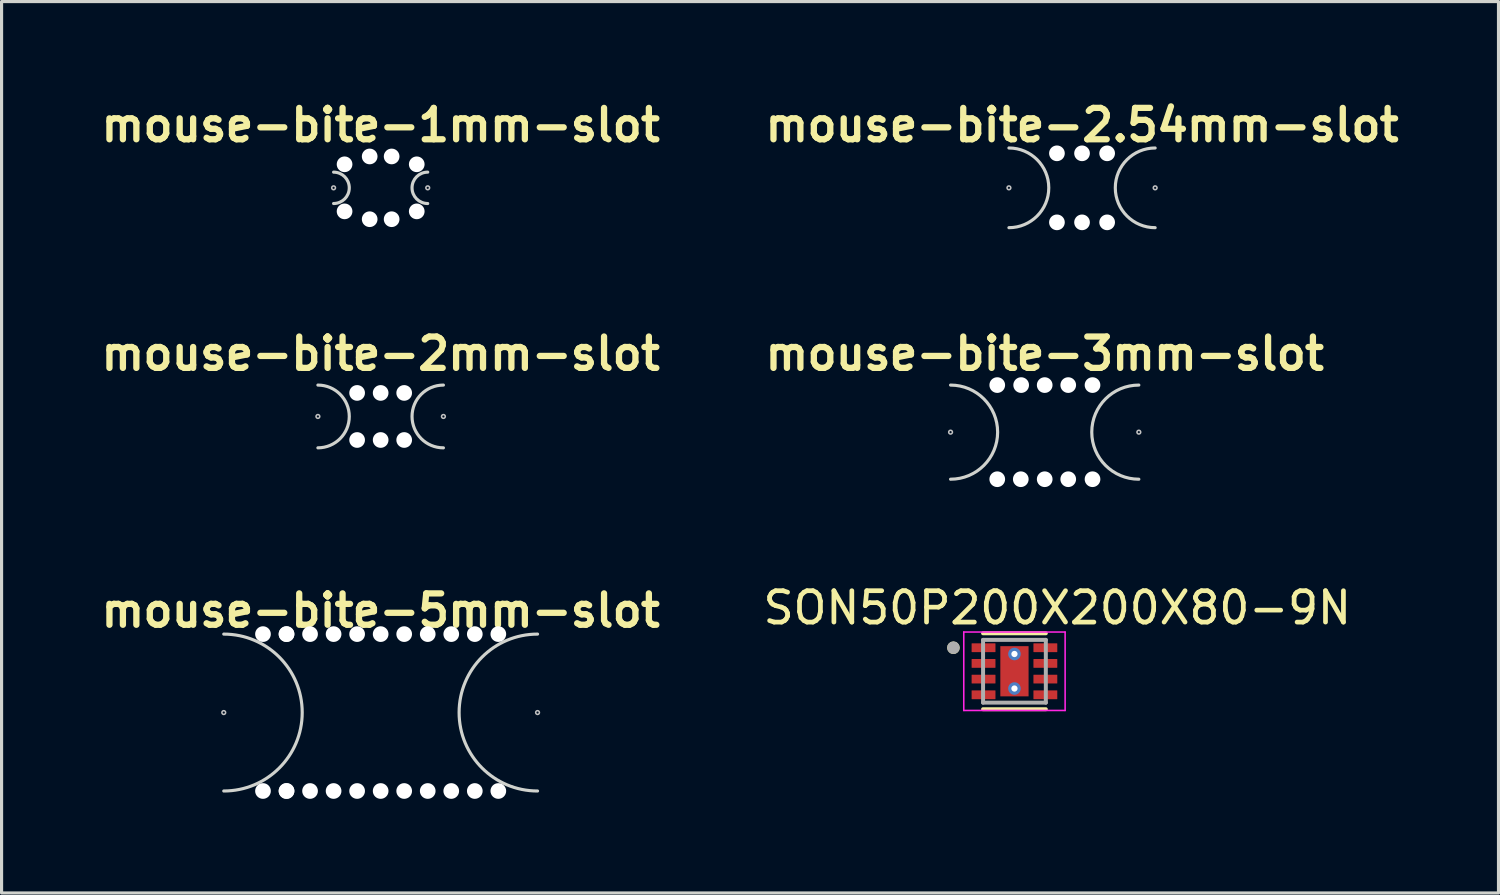
<source format=kicad_pcb>
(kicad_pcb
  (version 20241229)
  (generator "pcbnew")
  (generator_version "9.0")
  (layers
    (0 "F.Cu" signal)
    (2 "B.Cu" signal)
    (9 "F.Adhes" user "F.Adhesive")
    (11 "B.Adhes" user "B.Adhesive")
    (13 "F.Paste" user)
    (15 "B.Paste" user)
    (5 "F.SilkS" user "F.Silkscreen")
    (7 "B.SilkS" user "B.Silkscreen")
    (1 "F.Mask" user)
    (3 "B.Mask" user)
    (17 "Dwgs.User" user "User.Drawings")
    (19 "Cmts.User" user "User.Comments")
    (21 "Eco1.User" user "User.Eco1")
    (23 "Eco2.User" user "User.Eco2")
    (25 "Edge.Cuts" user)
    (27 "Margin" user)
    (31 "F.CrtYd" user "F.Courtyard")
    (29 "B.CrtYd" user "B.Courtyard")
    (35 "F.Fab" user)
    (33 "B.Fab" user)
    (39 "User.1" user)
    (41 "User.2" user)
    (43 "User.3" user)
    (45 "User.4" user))
  (footprint "mouse-bite-5mm-slot"
    (layer "F.Cu")
    (at 9.081 19.658)
    (property "Reference" "mouse-bite-5mm-slot" (at 0 -3.25 0) (layer "F.SilkS") (effects (font (size 1 1) (thickness 0.2))))
    (attr through_hole)
    (fp_circle (center -5 0) (end -4.94 0) (stroke (width 0.05) (type solid)) (fill no) (layer "Dwgs.User"))
    (fp_circle (center 5 0) (end 5.06 0) (stroke (width 0.05) (type solid)) (fill no) (layer "Dwgs.User"))
    (fp_line (start -5 0) (end -5 0) (stroke (width 5) (type solid)) (layer "Eco1.User"))
    (fp_line (start 5 0) (end 5 0) (stroke (width 5) (type solid)) (layer "Eco1.User"))
    (fp_arc (start -5 -2.5) (mid -2.5 0) (end -5 2.5) (stroke (width 0.1) (type solid)) (layer "Edge.Cuts"))
    (fp_arc (start 5 2.5) (mid 2.5 0) (end 5 -2.5) (stroke (width 0.1) (type solid)) (layer "Edge.Cuts"))
    (pad "" np_thru_hole circle (at -3.75 -2.5) (size 0.5 0.5) (drill 0.5) (layers "*.Cu" "*.Mask"))
    (pad "" np_thru_hole circle (at -3.75 2.5) (size 0.5 0.5) (drill 0.5) (layers "*.Cu" "*.Mask"))
    (pad "" np_thru_hole circle (at -3 -2.5) (size 0.5 0.5) (drill 0.5) (layers "*.Cu" "*.Mask"))
    (pad "" np_thru_hole circle (at -3 -2.5) (size 0.5 0.5) (drill 0.5) (layers "*.Cu" "*.Mask"))
    (pad "" np_thru_hole circle (at -3 2.5) (size 0.5 0.5) (drill 0.5) (layers "*.Cu" "*.Mask"))
    (pad "" np_thru_hole circle (at -3 2.5) (size 0.5 0.5) (drill 0.5) (layers "*.Cu" "*.Mask"))
    (pad "" np_thru_hole circle (at -2.25 -2.5) (size 0.5 0.5) (drill 0.5) (layers "*.Cu" "*.Mask"))
    (pad "" np_thru_hole circle (at -2.25 2.5) (size 0.5 0.5) (drill 0.5) (layers "*.Cu" "*.Mask"))
    (pad "" np_thru_hole circle (at -1.5 -2.5) (size 0.5 0.5) (drill 0.5) (layers "*.Cu" "*.Mask"))
    (pad "" np_thru_hole circle (at -1.5 2.5) (size 0.5 0.5) (drill 0.5) (layers "*.Cu" "*.Mask"))
    (pad "" np_thru_hole circle (at -0.75 -2.5) (size 0.5 0.5) (drill 0.5) (layers "*.Cu" "*.Mask"))
    (pad "" np_thru_hole circle (at -0.75 2.5) (size 0.5 0.5) (drill 0.5) (layers "*.Cu" "*.Mask"))
    (pad "" np_thru_hole circle (at 0 -2.5) (size 0.5 0.5) (drill 0.5) (layers "*.Cu" "*.Mask"))
    (pad "" np_thru_hole circle (at 0 2.5) (size 0.5 0.5) (drill 0.5) (layers "*.Cu" "*.Mask"))
    (pad "" np_thru_hole circle (at 0.75 -2.5) (size 0.5 0.5) (drill 0.5) (layers "*.Cu" "*.Mask"))
    (pad "" np_thru_hole circle (at 0.75 2.5) (size 0.5 0.5) (drill 0.5) (layers "*.Cu" "*.Mask"))
    (pad "" np_thru_hole circle (at 1.5 -2.5) (size 0.5 0.5) (drill 0.5) (layers "*.Cu" "*.Mask"))
    (pad "" np_thru_hole circle (at 1.5 2.5) (size 0.5 0.5) (drill 0.5) (layers "*.Cu" "*.Mask"))
    (pad "" np_thru_hole circle (at 2.25 -2.5) (size 0.5 0.5) (drill 0.5) (layers "*.Cu" "*.Mask"))
    (pad "" np_thru_hole circle (at 2.25 2.5) (size 0.5 0.5) (drill 0.5) (layers "*.Cu" "*.Mask"))
    (pad "" np_thru_hole circle (at 3 -2.5) (size 0.5 0.5) (drill 0.5) (layers "*.Cu" "*.Mask"))
    (pad "" np_thru_hole circle (at 3 2.5) (size 0.5 0.5) (drill 0.5) (layers "*.Cu" "*.Mask"))
    (pad "" np_thru_hole circle (at 3.75 -2.5) (size 0.5 0.5) (drill 0.5) (layers "*.Cu" "*.Mask"))
    (pad "" np_thru_hole circle (at 3.75 2.5) (size 0.5 0.5) (drill 0.5) (layers "*.Cu" "*.Mask")))
  (footprint "mouse-bite-1mm-slot"
    (layer "F.Cu")
    (at 9.081 2.936)
    (property "Reference" "mouse-bite-1mm-slot" (at 0 -2 0) (layer "F.SilkS") (effects (font (size 1 1) (thickness 0.2))))
    (attr through_hole)
    (fp_circle (center -1.5 0) (end -1.44 0) (stroke (width 0.05) (type solid)) (fill no) (layer "Dwgs.User"))
    (fp_circle (center 1.5 0) (end 1.56 0) (stroke (width 0.05) (type solid)) (fill no) (layer "Dwgs.User"))
    (fp_line (start -1.5 0) (end -1.5 0) (stroke (width 1) (type solid)) (layer "Eco1.User"))
    (fp_line (start 1.5 0) (end 1.5 0) (stroke (width 1) (type solid)) (layer "Eco1.User"))
    (fp_arc (start -1.5 -0.5) (mid -1 0) (end -1.5 0.5) (stroke (width 0.1) (type solid)) (layer "Edge.Cuts"))
    (fp_arc (start 1.5 0.5) (mid 1 0) (end 1.5 -0.5) (stroke (width 0.1) (type solid)) (layer "Edge.Cuts"))
    (pad "" np_thru_hole circle (at -1.15 -0.75) (size 0.5 0.5) (drill 0.5) (layers "*.Cu" "*.Mask"))
    (pad "" np_thru_hole circle (at -1.15 0.75) (size 0.5 0.5) (drill 0.5) (layers "*.Cu" "*.Mask"))
    (pad "" np_thru_hole circle (at -0.35 -1) (size 0.5 0.5) (drill 0.5) (layers "*.Cu" "*.Mask"))
    (pad "" np_thru_hole circle (at -0.35 1) (size 0.5 0.5) (drill 0.5) (layers "*.Cu" "*.Mask"))
    (pad "" np_thru_hole circle (at 0.35 -1) (size 0.5 0.5) (drill 0.5) (layers "*.Cu" "*.Mask"))
    (pad "" np_thru_hole circle (at 0.35 1) (size 0.5 0.5) (drill 0.5) (layers "*.Cu" "*.Mask"))
    (pad "" np_thru_hole circle (at 1.15 -0.75) (size 0.5 0.5) (drill 0.5) (layers "*.Cu" "*.Mask"))
    (pad "" np_thru_hole circle (at 1.15 0.75) (size 0.5 0.5) (drill 0.5) (layers "*.Cu" "*.Mask")))
  (footprint "mouse-bite-2mm-slot"
    (layer "F.Cu")
    (at 9.081 10.222)
    (property "Reference" "mouse-bite-2mm-slot" (at 0 -2 0) (layer "F.SilkS") (effects (font (size 1 1) (thickness 0.2))))
    (attr through_hole)
    (fp_circle (center -2 0) (end -2 -0.06) (stroke (width 0.05) (type solid)) (fill no) (layer "Dwgs.User"))
    (fp_circle (center 2 0) (end 2.06 0) (stroke (width 0.05) (type solid)) (fill no) (layer "Dwgs.User"))
    (fp_line (start -2 0) (end -2 0) (stroke (width 2) (type solid)) (layer "Eco1.User"))
    (fp_line (start 2 0) (end 2 0) (stroke (width 2) (type solid)) (layer "Eco1.User"))
    (fp_arc (start -2 -1) (mid -1 0) (end -2 1) (stroke (width 0.1) (type solid)) (layer "Edge.Cuts"))
    (fp_arc (start 2 1) (mid 1 0) (end 2 -1) (stroke (width 0.1) (type solid)) (layer "Edge.Cuts"))
    (pad "" np_thru_hole circle (at -0.75 -0.75) (size 0.5 0.5) (drill 0.5) (layers "*.Cu" "*.Mask"))
    (pad "" np_thru_hole circle (at -0.75 0.75) (size 0.5 0.5) (drill 0.5) (layers "*.Cu" "*.Mask"))
    (pad "" np_thru_hole circle (at 0 -0.75) (size 0.5 0.5) (drill 0.5) (layers "*.Cu" "*.Mask"))
    (pad "" np_thru_hole circle (at 0 0.75) (size 0.5 0.5) (drill 0.5) (layers "*.Cu" "*.Mask"))
    (pad "" np_thru_hole circle (at 0.75 -0.75) (size 0.5 0.5) (drill 0.5) (layers "*.Cu" "*.Mask"))
    (pad "" np_thru_hole circle (at 0.75 0.75) (size 0.5 0.5) (drill 0.5) (layers "*.Cu" "*.Mask")))
  (footprint "mouse-bite-2.54mm-slot"
    (layer "F.Cu")
    (at 31.433 2.936)
    (property "Reference" "mouse-bite-2.54mm-slot" (at 0 -2 0) (layer "F.SilkS") (effects (font (size 1 1) (thickness 0.2))))
    (attr through_hole)
    (fp_circle (center -2.33 0) (end -2.27 0) (stroke (width 0.05) (type solid)) (fill no) (layer "Dwgs.User"))
    (fp_circle (center 2.33 0) (end 2.33 -0.06) (stroke (width 0.05) (type solid)) (fill no) (layer "Dwgs.User"))
    (fp_line (start -2.33 0) (end -2.33 0) (stroke (width 2.54) (type solid)) (layer "Eco1.User"))
    (fp_line (start 2.33 0) (end 2.33 0) (stroke (width 2.54) (type solid)) (layer "Eco1.User"))
    (fp_arc (start -2.33 -1.27) (mid -1.06 0) (end -2.33 1.27) (stroke (width 0.1) (type solid)) (layer "Edge.Cuts"))
    (fp_arc (start 2.33 1.27) (mid 1.06 0) (end 2.33 -1.27) (stroke (width 0.1) (type solid)) (layer "Edge.Cuts"))
    (pad "" np_thru_hole circle (at -0.8 -1.1) (size 0.5 0.5) (drill 0.5) (layers "*.Cu" "*.Mask"))
    (pad "" np_thru_hole circle (at -0.8 1.1) (size 0.5 0.5) (drill 0.5) (layers "*.Cu" "*.Mask"))
    (pad "" np_thru_hole circle (at 0 -1.1) (size 0.5 0.5) (drill 0.5) (layers "*.Cu" "*.Mask"))
    (pad "" np_thru_hole circle (at 0 1.1) (size 0.5 0.5) (drill 0.5) (layers "*.Cu" "*.Mask"))
    (pad "" np_thru_hole circle (at 0.8 -1.1) (size 0.5 0.5) (drill 0.5) (layers "*.Cu" "*.Mask"))
    (pad "" np_thru_hole circle (at 0.8 1.1) (size 0.5 0.5) (drill 0.5) (layers "*.Cu" "*.Mask")))
  (footprint "SON50P200X200X80-9N"
    (layer "F.Cu")
    (at 29.279 18.342)
    (property "Reference" "SON50P200X200X80-9N" (at 1.365 -2.022 0) (layer "F.SilkS") (effects (font (size 1 1) (thickness 0.15))))
    (attr through_hole)
    (fp_line (start -1 -1.21) (end 1 -1.21) (stroke (width 0.127) (type solid)) (layer "F.SilkS"))
    (fp_line (start -1 1.21) (end 1 1.21) (stroke (width 0.127) (type solid)) (layer "F.SilkS"))
    (fp_circle (center -1.945 -0.75) (end -1.845 -0.75) (stroke (width 0.2) (type solid)) (fill no) (layer "F.SilkS"))
    (fp_poly (pts (xy -0.45 -0.8) (xy 0.45 -0.8) (xy 0.45 -0.1) (xy -0.45 -0.1)) (stroke (width 0.01) (type solid)) (fill yes) (layer "F.Paste"))
    (fp_poly (pts (xy -0.45 0.1) (xy 0.45 0.1) (xy 0.45 0.8) (xy -0.45 0.8)) (stroke (width 0.01) (type solid)) (fill yes) (layer "F.Paste"))
    (fp_line (start -1.615 -1.25) (end -1.615 1.25) (stroke (width 0.05) (type solid)) (layer "F.CrtYd"))
    (fp_line (start -1.615 -1.25) (end 1.615 -1.25) (stroke (width 0.05) (type solid)) (layer "F.CrtYd"))
    (fp_line (start -1.615 1.25) (end 1.615 1.25) (stroke (width 0.05) (type solid)) (layer "F.CrtYd"))
    (fp_line (start 1.615 -1.25) (end 1.615 1.25) (stroke (width 0.05) (type solid)) (layer "F.CrtYd"))
    (fp_line (start -1 -1) (end -1 1) (stroke (width 0.127) (type solid)) (layer "F.Fab"))
    (fp_line (start -1 -1) (end 1 -1) (stroke (width 0.127) (type solid)) (layer "F.Fab"))
    (fp_line (start -1 1) (end 1 1) (stroke (width 0.127) (type solid)) (layer "F.Fab"))
    (fp_line (start 1 -1) (end 1 1) (stroke (width 0.127) (type solid)) (layer "F.Fab"))
    (fp_circle (center -1.945 -0.75) (end -1.845 -0.75) (stroke (width 0.2) (type solid)) (fill no) (layer "F.Fab"))
    (pad "1" smd roundrect (at -0.985 -0.75) (size 0.76 0.28) (layers "F.Cu" "F.Mask" "F.Paste") (roundrect_rratio 0.04))
    (pad "2" smd roundrect (at -0.985 -0.25) (size 0.76 0.28) (layers "F.Cu" "F.Mask" "F.Paste") (roundrect_rratio 0.04))
    (pad "3" smd roundrect (at -0.985 0.25) (size 0.76 0.28) (layers "F.Cu" "F.Mask" "F.Paste") (roundrect_rratio 0.04))
    (pad "4" smd roundrect (at -0.985 0.75) (size 0.76 0.28) (layers "F.Cu" "F.Mask" "F.Paste") (roundrect_rratio 0.04))
    (pad "5" smd roundrect (at 0.985 0.75) (size 0.76 0.28) (layers "F.Cu" "F.Mask" "F.Paste") (roundrect_rratio 0.04))
    (pad "6" smd roundrect (at 0.985 0.25) (size 0.76 0.28) (layers "F.Cu" "F.Mask" "F.Paste") (roundrect_rratio 0.04))
    (pad "7" smd roundrect (at 0.985 -0.25) (size 0.76 0.28) (layers "F.Cu" "F.Mask" "F.Paste") (roundrect_rratio 0.04))
    (pad "8" smd roundrect (at 0.985 -0.75) (size 0.76 0.28) (layers "F.Cu" "F.Mask" "F.Paste") (roundrect_rratio 0.04))
    (pad "9" smd rect (at 0 0) (size 0.9 1.6) (layers "F.Cu" "F.Mask"))
    (pad "10" thru_hole circle (at 0 -0.55) (size 0.4 0.4) (drill 0.2) (layers "*.Cu"))
    (pad "11" thru_hole circle (at 0 0.55) (size 0.4 0.4) (drill 0.2) (layers "*.Cu")))
  (footprint "mouse-bite-3mm-slot"
    (layer "F.Cu")
    (at 30.243 10.722)
    (property "Reference" "mouse-bite-3mm-slot" (at 0 -2.5 0) (layer "F.SilkS") (effects (font (size 1 1) (thickness 0.2))))
    (attr through_hole)
    (fp_circle (center -3 0) (end -3 -0.06) (stroke (width 0.05) (type solid)) (fill no) (layer "Dwgs.User"))
    (fp_circle (center 3 0) (end 3.06 0) (stroke (width 0.05) (type solid)) (fill no) (layer "Dwgs.User"))
    (fp_line (start -3 0) (end -3 0) (stroke (width 3) (type solid)) (layer "Eco1.User"))
    (fp_line (start 3 0) (end 3 0) (stroke (width 3) (type solid)) (layer "Eco1.User"))
    (fp_arc (start -3 -1.5) (mid -1.5 0) (end -3 1.5) (stroke (width 0.1) (type solid)) (layer "Edge.Cuts"))
    (fp_arc (start 3 1.5) (mid 1.5 0) (end 3 -1.5) (stroke (width 0.1) (type solid)) (layer "Edge.Cuts"))
    (pad "" np_thru_hole circle (at -1.512 -1.5) (size 0.5 0.5) (drill 0.5) (layers "*.Cu" "*.Mask"))
    (pad "" np_thru_hole circle (at -1.512 1.5) (size 0.5 0.5) (drill 0.5) (layers "*.Cu" "*.Mask"))
    (pad "" np_thru_hole circle (at -0.762 1.5) (size 0.5 0.5) (drill 0.5) (layers "*.Cu" "*.Mask"))
    (pad "" np_thru_hole circle (at -0.75 -1.5) (size 0.5 0.5) (drill 0.5) (layers "*.Cu" "*.Mask"))
    (pad "" np_thru_hole circle (at 0 -1.5) (size 0.5 0.5) (drill 0.5) (layers "*.Cu" "*.Mask"))
    (pad "" np_thru_hole circle (at 0 1.5) (size 0.5 0.5) (drill 0.5) (layers "*.Cu" "*.Mask"))
    (pad "" np_thru_hole circle (at 0.75 -1.5) (size 0.5 0.5) (drill 0.5) (layers "*.Cu" "*.Mask"))
    (pad "" np_thru_hole circle (at 0.75 1.5) (size 0.5 0.5) (drill 0.5) (layers "*.Cu" "*.Mask"))
    (pad "" np_thru_hole circle (at 1.524 -1.5) (size 0.5 0.5) (drill 0.5) (layers "*.Cu" "*.Mask"))
    (pad "" np_thru_hole circle (at 1.524 1.5) (size 0.5 0.5) (drill 0.5) (layers "*.Cu" "*.Mask")))
  (gr_rect
    (start -3 -3)
    (end 44.705 25.408)
    (stroke (width 0.1) (type default))
    (fill no)
    (layer "Edge.Cuts")))
</source>
